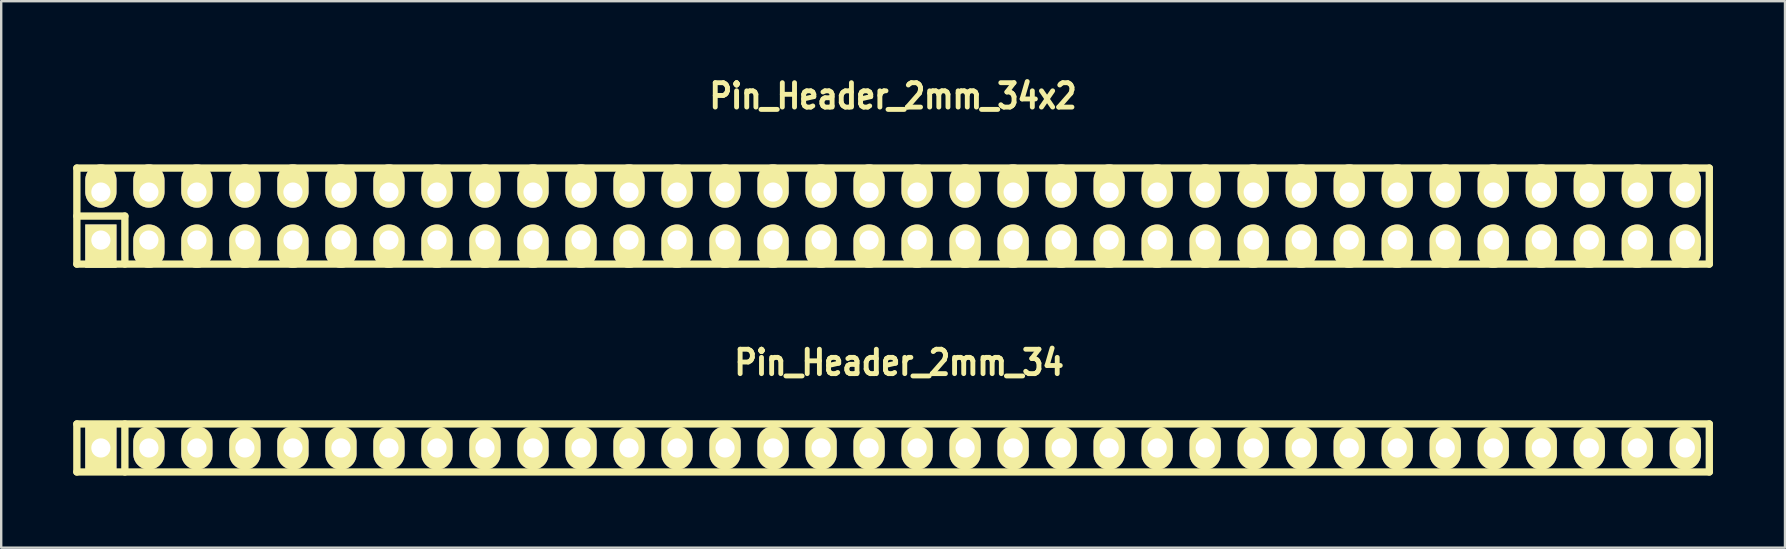
<source format=kicad_pcb>
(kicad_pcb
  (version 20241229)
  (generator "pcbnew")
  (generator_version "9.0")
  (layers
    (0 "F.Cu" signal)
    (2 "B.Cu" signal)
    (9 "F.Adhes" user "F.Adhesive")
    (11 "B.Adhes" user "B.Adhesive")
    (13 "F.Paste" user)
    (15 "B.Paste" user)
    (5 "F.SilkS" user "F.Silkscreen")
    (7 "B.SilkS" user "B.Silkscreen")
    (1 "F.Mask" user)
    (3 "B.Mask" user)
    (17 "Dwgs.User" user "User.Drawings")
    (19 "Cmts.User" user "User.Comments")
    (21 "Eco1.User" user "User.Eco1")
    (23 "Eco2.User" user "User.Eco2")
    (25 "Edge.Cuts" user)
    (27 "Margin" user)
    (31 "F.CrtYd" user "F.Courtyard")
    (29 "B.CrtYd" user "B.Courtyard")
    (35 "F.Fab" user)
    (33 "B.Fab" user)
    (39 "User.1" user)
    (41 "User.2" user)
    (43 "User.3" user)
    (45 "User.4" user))
  (footprint "Pin_Header_2mm_34x2"
    (layer "F.Cu")
    (at 34.152 5.951)
    (property "Reference" "Pin_Header_2mm_34x2" (at 0 -5 0) (layer "F.SilkS") (effects (font (size 1.016 0.889) (thickness 0.203))))
    (attr through_hole)
    (fp_line (start -34 -2) (end 34 -2) (stroke (width 0.305) (type solid)) (layer "F.SilkS"))
    (fp_line (start -34 0) (end -32 0) (stroke (width 0.305) (type solid)) (layer "F.SilkS"))
    (fp_line (start -34 2) (end -34 -2) (stroke (width 0.305) (type solid)) (layer "F.SilkS"))
    (fp_line (start -32 0) (end -32 2) (stroke (width 0.305) (type solid)) (layer "F.SilkS"))
    (fp_line (start 34 -2) (end 34 2) (stroke (width 0.305) (type solid)) (layer "F.SilkS"))
    (fp_line (start 34 2) (end -34 2) (stroke (width 0.305) (type solid)) (layer "F.SilkS"))
    (pad "1" thru_hole rect (at -33 1) (size 1.3 1.8) (drill 0.8 (offset 0 0.25)) (layers "*.Cu" "*.Mask" "F.SilkS"))
    (pad "2" thru_hole oval (at -33 -1) (size 1.3 1.8) (drill 0.8 (offset 0 -0.25)) (layers "*.Cu" "*.Mask" "F.SilkS"))
    (pad "3" thru_hole oval (at -31 1) (size 1.3 1.8) (drill 0.8 (offset 0 0.25)) (layers "*.Cu" "*.Mask" "F.SilkS"))
    (pad "4" thru_hole oval (at -31 -1) (size 1.3 1.8) (drill 0.8 (offset 0 -0.25)) (layers "*.Cu" "*.Mask" "F.SilkS"))
    (pad "5" thru_hole oval (at -29 1) (size 1.3 1.8) (drill 0.8 (offset 0 0.25)) (layers "*.Cu" "*.Mask" "F.SilkS"))
    (pad "6" thru_hole oval (at -29 -1) (size 1.3 1.8) (drill 0.8 (offset 0 -0.25)) (layers "*.Cu" "*.Mask" "F.SilkS"))
    (pad "7" thru_hole oval (at -27 1) (size 1.3 1.8) (drill 0.8 (offset 0 0.25)) (layers "*.Cu" "*.Mask" "F.SilkS"))
    (pad "8" thru_hole oval (at -27 -1) (size 1.3 1.8) (drill 0.8 (offset 0 -0.25)) (layers "*.Cu" "*.Mask" "F.SilkS"))
    (pad "9" thru_hole oval (at -25 1) (size 1.3 1.8) (drill 0.8 (offset 0 0.25)) (layers "*.Cu" "*.Mask" "F.SilkS"))
    (pad "10" thru_hole oval (at -25 -1) (size 1.3 1.8) (drill 0.8 (offset 0 -0.25)) (layers "*.Cu" "*.Mask" "F.SilkS"))
    (pad "11" thru_hole oval (at -23 1) (size 1.3 1.8) (drill 0.8 (offset 0 0.25)) (layers "*.Cu" "*.Mask" "F.SilkS"))
    (pad "12" thru_hole oval (at -23 -1) (size 1.3 1.8) (drill 0.8 (offset 0 -0.25)) (layers "*.Cu" "*.Mask" "F.SilkS"))
    (pad "13" thru_hole oval (at -21 1) (size 1.3 1.8) (drill 0.8 (offset 0 0.25)) (layers "*.Cu" "*.Mask" "F.SilkS"))
    (pad "14" thru_hole oval (at -21 -1) (size 1.3 1.8) (drill 0.8 (offset 0 -0.25)) (layers "*.Cu" "*.Mask" "F.SilkS"))
    (pad "15" thru_hole oval (at -19 1) (size 1.3 1.8) (drill 0.8 (offset 0 0.25)) (layers "*.Cu" "*.Mask" "F.SilkS"))
    (pad "16" thru_hole oval (at -19 -1) (size 1.3 1.8) (drill 0.8 (offset 0 -0.25)) (layers "*.Cu" "*.Mask" "F.SilkS"))
    (pad "17" thru_hole oval (at -17 1) (size 1.3 1.8) (drill 0.8 (offset 0 0.25)) (layers "*.Cu" "*.Mask" "F.SilkS"))
    (pad "18" thru_hole oval (at -17 -1) (size 1.3 1.8) (drill 0.8 (offset 0 -0.25)) (layers "*.Cu" "*.Mask" "F.SilkS"))
    (pad "19" thru_hole oval (at -15 1) (size 1.3 1.8) (drill 0.8 (offset 0 0.25)) (layers "*.Cu" "*.Mask" "F.SilkS"))
    (pad "20" thru_hole oval (at -15 -1) (size 1.3 1.8) (drill 0.8 (offset 0 -0.25)) (layers "*.Cu" "*.Mask" "F.SilkS"))
    (pad "21" thru_hole oval (at -13 1) (size 1.3 1.8) (drill 0.8 (offset 0 0.25)) (layers "*.Cu" "*.Mask" "F.SilkS"))
    (pad "22" thru_hole oval (at -13 -1) (size 1.3 1.8) (drill 0.8 (offset 0 -0.25)) (layers "*.Cu" "*.Mask" "F.SilkS"))
    (pad "23" thru_hole oval (at -11 1) (size 1.3 1.8) (drill 0.8 (offset 0 0.25)) (layers "*.Cu" "*.Mask" "F.SilkS"))
    (pad "24" thru_hole oval (at -11 -1) (size 1.3 1.8) (drill 0.8 (offset 0 -0.25)) (layers "*.Cu" "*.Mask" "F.SilkS"))
    (pad "25" thru_hole oval (at -9 1) (size 1.3 1.8) (drill 0.8 (offset 0 0.25)) (layers "*.Cu" "*.Mask" "F.SilkS"))
    (pad "26" thru_hole oval (at -9 -1) (size 1.3 1.8) (drill 0.8 (offset 0 -0.25)) (layers "*.Cu" "*.Mask" "F.SilkS"))
    (pad "27" thru_hole oval (at -7 1) (size 1.3 1.8) (drill 0.8 (offset 0 0.25)) (layers "*.Cu" "*.Mask" "F.SilkS"))
    (pad "28" thru_hole oval (at -7 -1) (size 1.3 1.8) (drill 0.8 (offset 0 -0.25)) (layers "*.Cu" "*.Mask" "F.SilkS"))
    (pad "29" thru_hole oval (at -5 1) (size 1.3 1.8) (drill 0.8 (offset 0 0.25)) (layers "*.Cu" "*.Mask" "F.SilkS"))
    (pad "30" thru_hole oval (at -5 -1) (size 1.3 1.8) (drill 0.8 (offset 0 -0.25)) (layers "*.Cu" "*.Mask" "F.SilkS"))
    (pad "31" thru_hole oval (at -3 1) (size 1.3 1.8) (drill 0.8 (offset 0 0.25)) (layers "*.Cu" "*.Mask" "F.SilkS"))
    (pad "32" thru_hole oval (at -3 -1) (size 1.3 1.8) (drill 0.8 (offset 0 -0.25)) (layers "*.Cu" "*.Mask" "F.SilkS"))
    (pad "33" thru_hole oval (at -1 1) (size 1.3 1.8) (drill 0.8 (offset 0 0.25)) (layers "*.Cu" "*.Mask" "F.SilkS"))
    (pad "34" thru_hole oval (at -1 -1) (size 1.3 1.8) (drill 0.8 (offset 0 -0.25)) (layers "*.Cu" "*.Mask" "F.SilkS"))
    (pad "35" thru_hole oval (at 1 1) (size 1.3 1.8) (drill 0.8 (offset 0 0.25)) (layers "*.Cu" "*.Mask" "F.SilkS"))
    (pad "36" thru_hole oval (at 1 -1) (size 1.3 1.8) (drill 0.8 (offset 0 -0.25)) (layers "*.Cu" "*.Mask" "F.SilkS"))
    (pad "37" thru_hole oval (at 3 1) (size 1.3 1.8) (drill 0.8 (offset 0 0.25)) (layers "*.Cu" "*.Mask" "F.SilkS"))
    (pad "38" thru_hole oval (at 3 -1) (size 1.3 1.8) (drill 0.8 (offset 0 -0.25)) (layers "*.Cu" "*.Mask" "F.SilkS"))
    (pad "39" thru_hole oval (at 5 1) (size 1.3 1.8) (drill 0.8 (offset 0 0.25)) (layers "*.Cu" "*.Mask" "F.SilkS"))
    (pad "40" thru_hole oval (at 5 -1) (size 1.3 1.8) (drill 0.8 (offset 0 -0.25)) (layers "*.Cu" "*.Mask" "F.SilkS"))
    (pad "41" thru_hole oval (at 7 1) (size 1.3 1.8) (drill 0.8 (offset 0 0.25)) (layers "*.Cu" "*.Mask" "F.SilkS"))
    (pad "42" thru_hole oval (at 7 -1) (size 1.3 1.8) (drill 0.8 (offset 0 -0.25)) (layers "*.Cu" "*.Mask" "F.SilkS"))
    (pad "43" thru_hole oval (at 9 1) (size 1.3 1.8) (drill 0.8 (offset 0 0.25)) (layers "*.Cu" "*.Mask" "F.SilkS"))
    (pad "44" thru_hole oval (at 9 -1) (size 1.3 1.8) (drill 0.8 (offset 0 -0.25)) (layers "*.Cu" "*.Mask" "F.SilkS"))
    (pad "45" thru_hole oval (at 11 1) (size 1.3 1.8) (drill 0.8 (offset 0 0.25)) (layers "*.Cu" "*.Mask" "F.SilkS"))
    (pad "46" thru_hole oval (at 11 -1) (size 1.3 1.8) (drill 0.8 (offset 0 -0.25)) (layers "*.Cu" "*.Mask" "F.SilkS"))
    (pad "47" thru_hole oval (at 13 1) (size 1.3 1.8) (drill 0.8 (offset 0 0.25)) (layers "*.Cu" "*.Mask" "F.SilkS"))
    (pad "48" thru_hole oval (at 13 -1) (size 1.3 1.8) (drill 0.8 (offset 0 -0.25)) (layers "*.Cu" "*.Mask" "F.SilkS"))
    (pad "49" thru_hole oval (at 15 1) (size 1.3 1.8) (drill 0.8 (offset 0 0.25)) (layers "*.Cu" "*.Mask" "F.SilkS"))
    (pad "50" thru_hole oval (at 15 -1) (size 1.3 1.8) (drill 0.8 (offset 0 -0.25)) (layers "*.Cu" "*.Mask" "F.SilkS"))
    (pad "51" thru_hole oval (at 17 1) (size 1.3 1.8) (drill 0.8 (offset 0 0.25)) (layers "*.Cu" "*.Mask" "F.SilkS"))
    (pad "52" thru_hole oval (at 17 -1) (size 1.3 1.8) (drill 0.8 (offset 0 -0.25)) (layers "*.Cu" "*.Mask" "F.SilkS"))
    (pad "53" thru_hole oval (at 19 1) (size 1.3 1.8) (drill 0.8 (offset 0 0.25)) (layers "*.Cu" "*.Mask" "F.SilkS"))
    (pad "54" thru_hole oval (at 19 -1) (size 1.3 1.8) (drill 0.8 (offset 0 -0.25)) (layers "*.Cu" "*.Mask" "F.SilkS"))
    (pad "55" thru_hole oval (at 21 1) (size 1.3 1.8) (drill 0.8 (offset 0 0.25)) (layers "*.Cu" "*.Mask" "F.SilkS"))
    (pad "56" thru_hole oval (at 21 -1) (size 1.3 1.8) (drill 0.8 (offset 0 -0.25)) (layers "*.Cu" "*.Mask" "F.SilkS"))
    (pad "57" thru_hole oval (at 23 1) (size 1.3 1.8) (drill 0.8 (offset 0 0.25)) (layers "*.Cu" "*.Mask" "F.SilkS"))
    (pad "58" thru_hole oval (at 23 -1) (size 1.3 1.8) (drill 0.8 (offset 0 -0.25)) (layers "*.Cu" "*.Mask" "F.SilkS"))
    (pad "59" thru_hole oval (at 25 1) (size 1.3 1.8) (drill 0.8 (offset 0 0.25)) (layers "*.Cu" "*.Mask" "F.SilkS"))
    (pad "60" thru_hole oval (at 25 -1) (size 1.3 1.8) (drill 0.8 (offset 0 -0.25)) (layers "*.Cu" "*.Mask" "F.SilkS"))
    (pad "61" thru_hole oval (at 27 1) (size 1.3 1.8) (drill 0.8 (offset 0 0.25)) (layers "*.Cu" "*.Mask" "F.SilkS"))
    (pad "62" thru_hole oval (at 27 -1) (size 1.3 1.8) (drill 0.8 (offset 0 -0.25)) (layers "*.Cu" "*.Mask" "F.SilkS"))
    (pad "63" thru_hole oval (at 29 1) (size 1.3 1.8) (drill 0.8 (offset 0 0.25)) (layers "*.Cu" "*.Mask" "F.SilkS"))
    (pad "64" thru_hole oval (at 29 -1) (size 1.3 1.8) (drill 0.8 (offset 0 -0.25)) (layers "*.Cu" "*.Mask" "F.SilkS"))
    (pad "65" thru_hole oval (at 31 1) (size 1.3 1.8) (drill 0.8 (offset 0 0.25)) (layers "*.Cu" "*.Mask" "F.SilkS"))
    (pad "66" thru_hole oval (at 31 -1) (size 1.3 1.8) (drill 0.8 (offset 0 -0.25)) (layers "*.Cu" "*.Mask" "F.SilkS"))
    (pad "67" thru_hole oval (at 33 1) (size 1.3 1.8) (drill 0.8 (offset 0 0.25)) (layers "*.Cu" "*.Mask" "F.SilkS"))
    (pad "68" thru_hole oval (at 33 -1) (size 1.3 1.8) (drill 0.8 (offset 0 -0.25)) (layers "*.Cu" "*.Mask" "F.SilkS")))
  (footprint "Pin_Header_2mm_34"
    (layer "F.Cu")
    (at 34.152 15.61)
    (property "Reference" "Pin_Header_2mm_34" (at 0.254 -3.556 0) (layer "F.SilkS") (effects (font (size 1.016 0.889) (thickness 0.203))))
    (attr through_hole)
    (fp_line (start -34 -1) (end 34 -1) (stroke (width 0.305) (type solid)) (layer "F.SilkS"))
    (fp_line (start -34 1) (end -34 -1) (stroke (width 0.305) (type solid)) (layer "F.SilkS"))
    (fp_line (start -32 -1) (end -32 1) (stroke (width 0.305) (type solid)) (layer "F.SilkS"))
    (fp_line (start 34 -1) (end 34 1) (stroke (width 0.305) (type solid)) (layer "F.SilkS"))
    (fp_line (start 34 1) (end -34 1) (stroke (width 0.305) (type solid)) (layer "F.SilkS"))
    (pad "1" thru_hole rect (at -33 0) (size 1.3 1.8) (drill 0.8) (layers "*.Cu" "*.Mask" "F.SilkS"))
    (pad "2" thru_hole oval (at -31 0) (size 1.3 1.8) (drill 0.8) (layers "*.Cu" "*.Mask" "F.SilkS"))
    (pad "3" thru_hole oval (at -29 0) (size 1.3 1.8) (drill 0.8) (layers "*.Cu" "*.Mask" "F.SilkS"))
    (pad "4" thru_hole oval (at -27 0) (size 1.3 1.8) (drill 0.8) (layers "*.Cu" "*.Mask" "F.SilkS"))
    (pad "5" thru_hole oval (at -25 0) (size 1.3 1.8) (drill 0.8) (layers "*.Cu" "*.Mask" "F.SilkS"))
    (pad "6" thru_hole oval (at -23 0) (size 1.3 1.8) (drill 0.8) (layers "*.Cu" "*.Mask" "F.SilkS"))
    (pad "7" thru_hole oval (at -21 0) (size 1.3 1.8) (drill 0.8) (layers "*.Cu" "*.Mask" "F.SilkS"))
    (pad "8" thru_hole oval (at -19 0) (size 1.3 1.8) (drill 0.8) (layers "*.Cu" "*.Mask" "F.SilkS"))
    (pad "9" thru_hole oval (at -17 0) (size 1.3 1.8) (drill 0.8) (layers "*.Cu" "*.Mask" "F.SilkS"))
    (pad "10" thru_hole oval (at -15 0) (size 1.3 1.8) (drill 0.8) (layers "*.Cu" "*.Mask" "F.SilkS"))
    (pad "11" thru_hole oval (at -13 0) (size 1.3 1.8) (drill 0.8) (layers "*.Cu" "*.Mask" "F.SilkS"))
    (pad "12" thru_hole oval (at -11 0) (size 1.3 1.8) (drill 0.8) (layers "*.Cu" "*.Mask" "F.SilkS"))
    (pad "13" thru_hole oval (at -9 0) (size 1.3 1.8) (drill 0.8) (layers "*.Cu" "*.Mask" "F.SilkS"))
    (pad "14" thru_hole oval (at -7 0) (size 1.3 1.8) (drill 0.8) (layers "*.Cu" "*.Mask" "F.SilkS"))
    (pad "15" thru_hole oval (at -5 0) (size 1.3 1.8) (drill 0.8) (layers "*.Cu" "*.Mask" "F.SilkS"))
    (pad "16" thru_hole oval (at -3 0) (size 1.3 1.8) (drill 0.8) (layers "*.Cu" "*.Mask" "F.SilkS"))
    (pad "17" thru_hole oval (at -1 0) (size 1.3 1.8) (drill 0.8) (layers "*.Cu" "*.Mask" "F.SilkS"))
    (pad "18" thru_hole oval (at 1 0) (size 1.3 1.8) (drill 0.8) (layers "*.Cu" "*.Mask" "F.SilkS"))
    (pad "19" thru_hole oval (at 3 0) (size 1.3 1.8) (drill 0.8) (layers "*.Cu" "*.Mask" "F.SilkS"))
    (pad "20" thru_hole oval (at 5 0) (size 1.3 1.8) (drill 0.8) (layers "*.Cu" "*.Mask" "F.SilkS"))
    (pad "21" thru_hole oval (at 7 0) (size 1.3 1.8) (drill 0.8) (layers "*.Cu" "*.Mask" "F.SilkS"))
    (pad "22" thru_hole oval (at 9 0) (size 1.3 1.8) (drill 0.8) (layers "*.Cu" "*.Mask" "F.SilkS"))
    (pad "23" thru_hole oval (at 11 0) (size 1.3 1.8) (drill 0.8) (layers "*.Cu" "*.Mask" "F.SilkS"))
    (pad "24" thru_hole oval (at 13 0) (size 1.3 1.8) (drill 0.8) (layers "*.Cu" "*.Mask" "F.SilkS"))
    (pad "25" thru_hole oval (at 15 0) (size 1.3 1.8) (drill 0.8) (layers "*.Cu" "*.Mask" "F.SilkS"))
    (pad "26" thru_hole oval (at 17 0) (size 1.3 1.8) (drill 0.8) (layers "*.Cu" "*.Mask" "F.SilkS"))
    (pad "27" thru_hole oval (at 19 0) (size 1.3 1.8) (drill 0.8) (layers "*.Cu" "*.Mask" "F.SilkS"))
    (pad "28" thru_hole oval (at 21 0) (size 1.3 1.8) (drill 0.8) (layers "*.Cu" "*.Mask" "F.SilkS"))
    (pad "29" thru_hole oval (at 23 0) (size 1.3 1.8) (drill 0.8) (layers "*.Cu" "*.Mask" "F.SilkS"))
    (pad "30" thru_hole oval (at 25 0) (size 1.3 1.8) (drill 0.8) (layers "*.Cu" "*.Mask" "F.SilkS"))
    (pad "31" thru_hole oval (at 27 0) (size 1.3 1.8) (drill 0.8) (layers "*.Cu" "*.Mask" "F.SilkS"))
    (pad "32" thru_hole oval (at 29 0) (size 1.3 1.8) (drill 0.8) (layers "*.Cu" "*.Mask" "F.SilkS"))
    (pad "33" thru_hole oval (at 31 0) (size 1.3 1.8) (drill 0.8) (layers "*.Cu" "*.Mask" "F.SilkS"))
    (pad "34" thru_hole oval (at 33 0) (size 1.3 1.8) (drill 0.8) (layers "*.Cu" "*.Mask" "F.SilkS")))
  (gr_rect
    (start -3 -3)
    (end 71.305 19.763)
    (stroke (width 0.1) (type default))
    (fill no)
    (layer "Edge.Cuts")))
</source>
